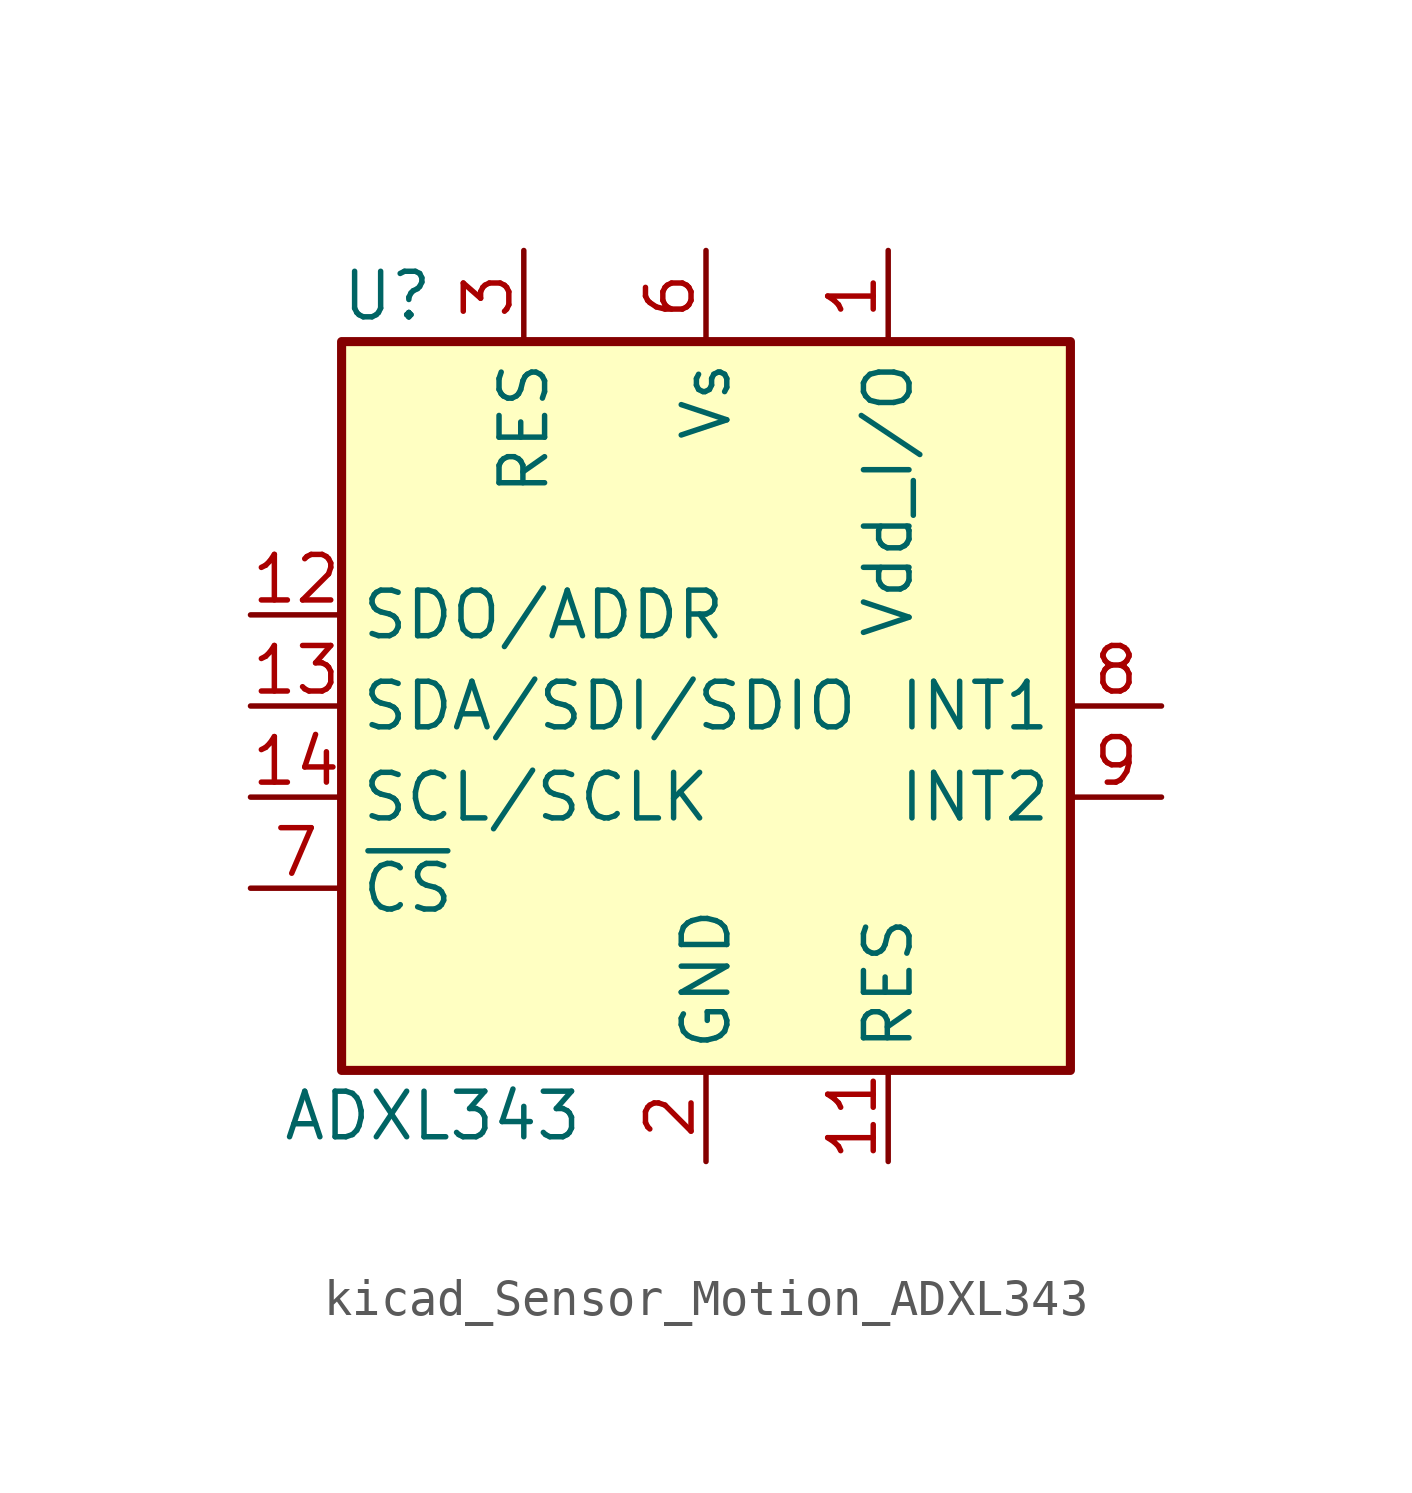
<source format=kicad_sym>
(kicad_symbol_lib
  (version 20220914)
  (generator kicad_symbol_editor)
  (symbol "kicad_Sensor_Motion_ADXL343"
    (property "Reference" "U"
      (at -8.89 11.43 0)
      (effects (font (size 1.27 1.27))))
    (property "Value" "ADXL343"
      (at -7.62 -11.43 0)
      (effects (font (size 1.27 1.27))))
    (symbol "kicad_Sensor_Motion_ADXL343_0_1"
      (rectangle (start -10.16 10.16) (end 10.16 -10.16) (stroke (width 0.254) (type default)) (fill (type background))))
    (symbol "kicad_Sensor_Motion_ADXL343_1_1"
      (pin power_in line (at 5.08 12.7 270) (length 2.54) (name "Vdd_I/O" (effects (font (size 1.27 1.27)))) (number "1" (effects (font (size 1.27 1.27)))))
      (pin no_connect line (at -5.08 -10.16 90) (length 2.54) hide (name "NC" (effects (font (size 1.27 1.27)))) (number "10" (effects (font (size 1.27 1.27)))))
      (pin passive line (at 5.08 -12.7 90) (length 2.54) (name "RES" (effects (font (size 1.27 1.27)))) (number "11" (effects (font (size 1.27 1.27)))))
      (pin bidirectional line (at -12.7 2.54 0) (length 2.54) (name "SDO/ADDR" (effects (font (size 1.27 1.27)))) (number "12" (effects (font (size 1.27 1.27)))))
      (pin bidirectional line (at -12.7 0 0) (length 2.54) (name "SDA/SDI/SDIO" (effects (font (size 1.27 1.27)))) (number "13" (effects (font (size 1.27 1.27)))))
      (pin input line (at -12.7 -2.54 0) (length 2.54) (name "SCL/SCLK" (effects (font (size 1.27 1.27)))) (number "14" (effects (font (size 1.27 1.27)))))
      (pin power_in line (at 0 -12.7 90) (length 2.54) (name "GND" (effects (font (size 1.27 1.27)))) (number "2" (effects (font (size 1.27 1.27)))))
      (pin passive line (at -5.08 12.7 270) (length 2.54) (name "RES" (effects (font (size 1.27 1.27)))) (number "3" (effects (font (size 1.27 1.27)))))
      (pin passive line (at 0 -12.7 90) (length 2.54) hide (name "GND" (effects (font (size 1.27 1.27)))) (number "4" (effects (font (size 1.27 1.27)))))
      (pin passive line (at 0 -12.7 90) (length 2.54) hide (name "GND" (effects (font (size 1.27 1.27)))) (number "5" (effects (font (size 1.27 1.27)))))
      (pin power_in line (at 0 12.7 270) (length 2.54) (name "Vs" (effects (font (size 1.27 1.27)))) (number "6" (effects (font (size 1.27 1.27)))))
      (pin input line (at -12.7 -5.08 0) (length 2.54) (name "~{CS}" (effects (font (size 1.27 1.27)))) (number "7" (effects (font (size 1.27 1.27)))))
      (pin output line (at 12.7 0 180) (length 2.54) (name "INT1" (effects (font (size 1.27 1.27)))) (number "8" (effects (font (size 1.27 1.27)))))
      (pin output line (at 12.7 -2.54 180) (length 2.54) (name "INT2" (effects (font (size 1.27 1.27)))) (number "9" (effects (font (size 1.27 1.27))))))))
</source>
